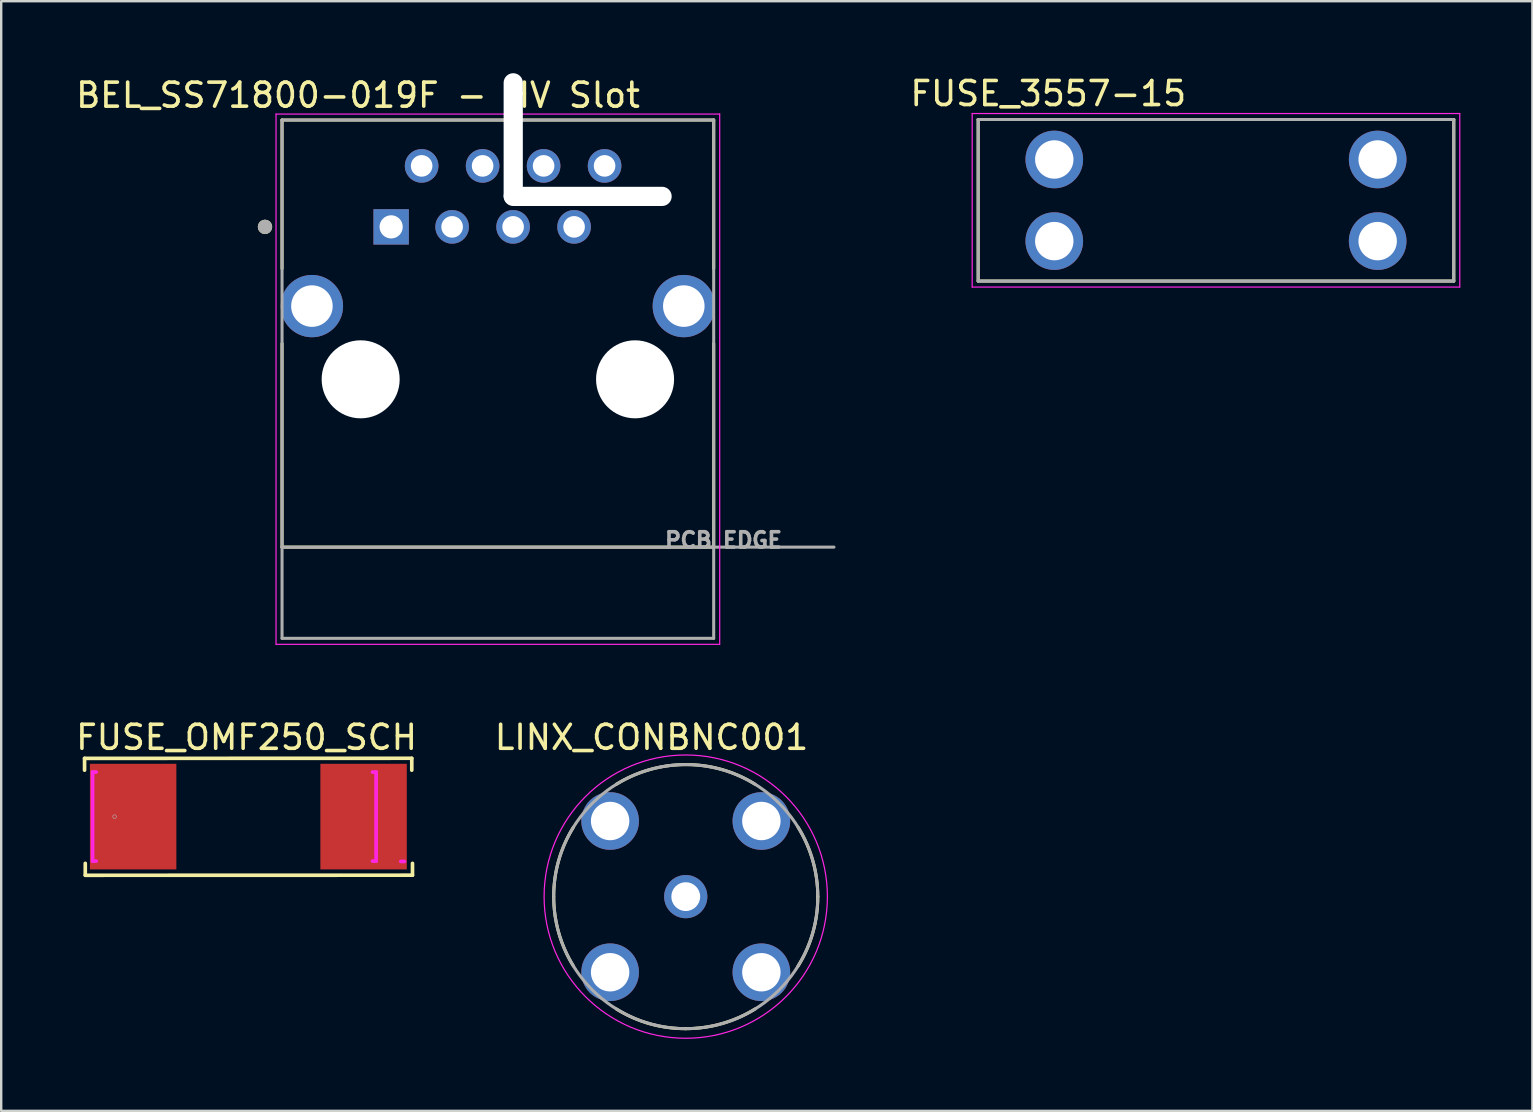
<source format=kicad_pcb>
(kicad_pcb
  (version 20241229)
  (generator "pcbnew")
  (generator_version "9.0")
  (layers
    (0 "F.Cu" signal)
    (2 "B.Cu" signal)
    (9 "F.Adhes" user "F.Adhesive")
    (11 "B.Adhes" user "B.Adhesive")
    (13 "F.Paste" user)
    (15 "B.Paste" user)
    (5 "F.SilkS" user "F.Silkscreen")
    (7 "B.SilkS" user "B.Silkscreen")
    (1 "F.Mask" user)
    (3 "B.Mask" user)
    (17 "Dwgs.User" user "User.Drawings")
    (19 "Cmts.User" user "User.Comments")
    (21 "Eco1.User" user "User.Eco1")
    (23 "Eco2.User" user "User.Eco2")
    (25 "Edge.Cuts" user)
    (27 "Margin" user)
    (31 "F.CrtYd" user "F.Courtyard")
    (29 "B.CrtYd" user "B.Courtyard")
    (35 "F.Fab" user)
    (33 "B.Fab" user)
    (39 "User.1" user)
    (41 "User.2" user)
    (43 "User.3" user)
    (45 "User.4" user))
  (footprint "BEL_SS71800-019F - HV Slot"
    (layer "F.Cu")
    (at 17.688 12.75)
    (property "Reference" "BEL_SS71800-019F - HV Slot" (at -5.825 -11.835 0) (layer "F.SilkS") (effects (font (size 1 1) (thickness 0.15))))
    (attr through_hole)
    (fp_line (start -8.99 -10.8) (end 8.99 -10.8) (stroke (width 0.127) (type solid)) (layer "F.SilkS"))
    (fp_line (start -8.99 -4.61) (end -8.99 -10.8) (stroke (width 0.127) (type solid)) (layer "F.SilkS"))
    (fp_line (start -8.99 6.99) (end -8.99 -1.49) (stroke (width 0.127) (type solid)) (layer "F.SilkS"))
    (fp_line (start -8.99 6.99) (end 8.99 6.99) (stroke (width 0.127) (type solid)) (layer "F.SilkS"))
    (fp_line (start 8.99 -10.8) (end 8.99 -4.61) (stroke (width 0.127) (type solid)) (layer "F.SilkS"))
    (fp_line (start 8.99 -1.49) (end 8.99 6.99) (stroke (width 0.127) (type solid)) (layer "F.SilkS"))
    (fp_circle (center -9.7 -6.35) (end -9.55 -6.35) (stroke (width 0.3) (type solid)) (fill no) (layer "F.SilkS"))
    (fp_line (start -9.24 -11.05) (end 9.24 -11.05) (stroke (width 0.05) (type solid)) (layer "F.CrtYd"))
    (fp_line (start -9.24 11.04) (end -9.24 -11.05) (stroke (width 0.05) (type solid)) (layer "F.CrtYd"))
    (fp_line (start 9.24 -11.05) (end 9.24 11.04) (stroke (width 0.05) (type solid)) (layer "F.CrtYd"))
    (fp_line (start 9.24 11.04) (end -9.24 11.04) (stroke (width 0.05) (type solid)) (layer "F.CrtYd"))
    (fp_line (start -8.99 -10.8) (end 8.99 -10.8) (stroke (width 0.127) (type solid)) (layer "F.Fab"))
    (fp_line (start -8.99 6.99) (end -8.99 -10.8) (stroke (width 0.127) (type solid)) (layer "F.Fab"))
    (fp_line (start -8.99 6.99) (end 14 6.99) (stroke (width 0.127) (type solid)) (layer "F.Fab"))
    (fp_line (start -8.99 10.79) (end -8.99 6.99) (stroke (width 0.127) (type solid)) (layer "F.Fab"))
    (fp_line (start 8.99 -10.8) (end 8.99 10.79) (stroke (width 0.127) (type solid)) (layer "F.Fab"))
    (fp_line (start 8.99 10.79) (end -8.99 10.79) (stroke (width 0.127) (type solid)) (layer "F.Fab"))
    (fp_circle (center -9.7 -6.35) (end -9.55 -6.35) (stroke (width 0.3) (type solid)) (fill no) (layer "F.Fab"))
    (fp_text user "PCB EDGE" (at 9.4 6.7 0) (layer "F.Fab") (effects (font (size 0.64 0.64) (thickness 0.15))))
    (pad "" np_thru_hole circle (at -5.715 0) (size 3.25 3.25) (drill 3.25) (layers "*.Cu" "*.Mask"))
    (pad "" np_thru_hole oval (at 0.64 -10) (size 0.8 5.5) (drill oval 0.8 5.5) (layers "*.Cu" "*.Mask"))
    (pad "" np_thru_hole oval (at 3.74 -7.62 90) (size 0.8 7) (drill oval 0.8 7) (layers "*.Cu" "*.Mask"))
    (pad "" np_thru_hole circle (at 5.715 0) (size 3.25 3.25) (drill 3.25) (layers "*.Cu" "*.Mask"))
    (pad "1" thru_hole rect (at -4.445 -6.35) (size 1.474 1.474) (drill 0.966) (layers "*.Cu" "*.Mask"))
    (pad "2" thru_hole circle (at -3.175 -8.89) (size 1.4 1.4) (drill 0.9) (layers "*.Cu" "*.Mask"))
    (pad "3" thru_hole circle (at -1.905 -6.35) (size 1.4 1.4) (drill 0.9) (layers "*.Cu" "*.Mask"))
    (pad "4" thru_hole circle (at -0.635 -8.89) (size 1.4 1.4) (drill 0.9) (layers "*.Cu" "*.Mask"))
    (pad "5" thru_hole circle (at 0.635 -6.35) (size 1.4 1.4) (drill 0.9) (layers "*.Cu" "*.Mask"))
    (pad "6" thru_hole circle (at 1.905 -8.89) (size 1.4 1.4) (drill 0.9) (layers "*.Cu" "*.Mask"))
    (pad "7" thru_hole circle (at 3.175 -6.35) (size 1.4 1.4) (drill 0.9) (layers "*.Cu" "*.Mask"))
    (pad "8" thru_hole circle (at 4.445 -8.89) (size 1.4 1.4) (drill 0.9) (layers "*.Cu" "*.Mask"))
    (pad "SH" thru_hole circle (at -7.745 -3.05) (size 2.595 2.595) (drill 1.73) (layers "*.Cu" "*.Mask"))
    (pad "SH" thru_hole circle (at 7.745 -3.05) (size 2.595 2.595) (drill 1.73) (layers "*.Cu" "*.Mask")))
  (footprint "FUSE_OMF250_SCH"
    (layer "F.Cu")
    (at 6.712 30.965)
    (property "Reference" "FUSE_OMF250_SCH" (at 0.508 -3.302 0) (unlocked yes) (layer "F.SilkS") (effects (font (size 1 1) (thickness 0.15))))
    (attr smd)
    (fp_line (start -6.24 -2.426) (end -6.24 -1.934) (stroke (width 0.152) (type solid)) (layer "F.SilkS"))
    (fp_line (start -6.21 1.947) (end -6.21 2.44) (stroke (width 0.152) (type solid)) (layer "F.SilkS"))
    (fp_line (start -6.21 2.444) (end 7.42 2.44) (stroke (width 0.152) (type solid)) (layer "F.SilkS"))
    (fp_line (start 7.39 -2.43) (end -6.24 -2.426) (stroke (width 0.152) (type solid)) (layer "F.SilkS"))
    (fp_line (start 7.39 -1.934) (end 7.39 -2.426) (stroke (width 0.152) (type solid)) (layer "F.SilkS"))
    (fp_line (start 7.42 2.44) (end 7.42 1.947) (stroke (width 0.152) (type solid)) (layer "F.SilkS"))
    (fp_line (start -5.905 -1.854) (end -5.753 -1.854) (stroke (width 0.152) (type solid)) (layer "F.CrtYd"))
    (fp_line (start -5.905 1.854) (end -5.905 -1.854) (stroke (width 0.152) (type solid)) (layer "F.CrtYd"))
    (fp_line (start -5.753 1.854) (end -5.905 1.854) (stroke (width 0.152) (type solid)) (layer "F.CrtYd"))
    (fp_line (start 5.753 -1.854) (end 5.905 -1.854) (stroke (width 0.152) (type solid)) (layer "F.CrtYd"))
    (fp_line (start 5.905 -1.854) (end 5.905 1.854) (stroke (width 0.152) (type solid)) (layer "F.CrtYd"))
    (fp_line (start 5.905 1.854) (end 5.753 1.854) (stroke (width 0.152) (type solid)) (layer "F.CrtYd"))
    (fp_line (start 7.085 1.868) (end 6.933 1.868) (stroke (width 0.152) (type solid)) (layer "F.CrtYd"))
    (fp_circle (center -4.991 0) (end -4.915 0) (stroke (width 0.025) (type solid)) (fill no) (layer "F.Fab"))
    (pad "1" smd rect (at -4.216 0) (size 3.6 4.4) (layers "F.Cu" "F.Mask" "F.Paste"))
    (pad "2" smd rect (at 5.383 0) (size 3.6 4.4) (layers "F.Cu" "F.Mask" "F.Paste"))
    (zone (net_name "") (layer "F.Cu") (hatch full 0.508) (connect_pads) (min_thickness 0.254) (filled_areas_thickness no) (keepout (tracks not_allowed) (vias not_allowed) (pads allowed) (copperpour not_allowed) (footprints allowed)) (placement (enabled no)) (fill) (polygon (pts (xy 4.296 28.765) (xy 10.296 28.765) (xy 10.296 33.165) (xy 4.296 33.165)))))
  (footprint "FUSE_3557-15"
    (layer "F.Cu")
    (at 47.6 5.293)
    (property "Reference" "FUSE_3557-15" (at -6.985 -4.445 0) (layer "F.SilkS") (effects (font (size 1 1) (thickness 0.15))))
    (attr through_hole)
    (fp_line (start -9.905 -3.365) (end -9.905 3.365) (stroke (width 0.127) (type solid)) (layer "F.SilkS"))
    (fp_line (start -9.905 3.365) (end 9.905 3.365) (stroke (width 0.127) (type solid)) (layer "F.SilkS"))
    (fp_line (start 9.905 -3.365) (end -9.905 -3.365) (stroke (width 0.127) (type solid)) (layer "F.SilkS"))
    (fp_line (start 9.905 3.365) (end 9.905 -3.365) (stroke (width 0.127) (type solid)) (layer "F.SilkS"))
    (fp_line (start -10.155 -3.615) (end 10.155 -3.615) (stroke (width 0.05) (type solid)) (layer "F.CrtYd"))
    (fp_line (start -10.155 3.615) (end -10.155 -3.615) (stroke (width 0.05) (type solid)) (layer "F.CrtYd"))
    (fp_line (start 10.155 -3.615) (end 10.155 3.615) (stroke (width 0.05) (type solid)) (layer "F.CrtYd"))
    (fp_line (start 10.155 3.615) (end -10.155 3.615) (stroke (width 0.05) (type solid)) (layer "F.CrtYd"))
    (fp_line (start -9.905 -3.365) (end -9.905 3.365) (stroke (width 0.127) (type solid)) (layer "F.Fab"))
    (fp_line (start -9.905 3.365) (end 9.905 3.365) (stroke (width 0.127) (type solid)) (layer "F.Fab"))
    (fp_line (start 9.905 -3.365) (end -9.905 -3.365) (stroke (width 0.127) (type solid)) (layer "F.Fab"))
    (fp_line (start 9.905 3.365) (end 9.905 -3.365) (stroke (width 0.127) (type solid)) (layer "F.Fab"))
    (pad "1" thru_hole circle (at -6.735 -1.7) (size 2.4 2.4) (drill 1.6) (layers "*.Cu" "*.Mask"))
    (pad "1" thru_hole circle (at -6.735 1.7) (size 2.4 2.4) (drill 1.6) (layers "*.Cu" "*.Mask"))
    (pad "2" thru_hole circle (at 6.735 -1.7) (size 2.4 2.4) (drill 1.6) (layers "*.Cu" "*.Mask"))
    (pad "2" thru_hole circle (at 6.735 1.7) (size 2.4 2.4) (drill 1.6) (layers "*.Cu" "*.Mask")))
  (footprint "LINX_CONBNC001"
    (layer "F.Cu")
    (at 25.514 34.298)
    (property "Reference" "LINX_CONBNC001" (at -1.425 -6.635 0) (layer "F.SilkS") (effects (font (size 1 1) (thickness 0.15))))
    (attr through_hole)
    (fp_arc (start -5.5 0) (mid -5.295033 -1.503176) (end -4.68 -2.89) (stroke (width 0.127) (type solid)) (layer "F.SilkS"))
    (fp_arc (start -4.68 2.89) (mid -5.291129 1.502068) (end -5.5 0) (stroke (width 0.127) (type solid)) (layer "F.SilkS"))
    (fp_arc (start -2.89 -4.68) (mid -1.502068 -5.291129) (end 0 -5.5) (stroke (width 0.127) (type solid)) (layer "F.SilkS"))
    (fp_arc (start 0 -5.5) (mid 1.503176 -5.295033) (end 2.89 -4.68) (stroke (width 0.127) (type solid)) (layer "F.SilkS"))
    (fp_arc (start 0 5.5) (mid -1.503176 5.295033) (end -2.89 4.68) (stroke (width 0.127) (type solid)) (layer "F.SilkS"))
    (fp_arc (start 2.89 4.68) (mid 1.502068 5.291129) (end 0 5.5) (stroke (width 0.127) (type solid)) (layer "F.SilkS"))
    (fp_arc (start 4.68 -2.89) (mid 5.291129 -1.502068) (end 5.5 0) (stroke (width 0.127) (type solid)) (layer "F.SilkS"))
    (fp_arc (start 5.5 0) (mid 5.295033 1.503176) (end 4.68 2.89) (stroke (width 0.127) (type solid)) (layer "F.SilkS"))
    (fp_circle (center 0 0) (end 5.9 0) (stroke (width 0.05) (type solid)) (fill no) (layer "F.CrtYd"))
    (fp_circle (center 0 0) (end 5.5 0) (stroke (width 0.127) (type solid)) (fill no) (layer "F.Fab"))
    (pad "1" thru_hole circle (at 0 0) (size 1.8 1.8) (drill 1.2) (layers "*.Cu" "*.Mask"))
    (pad "2" thru_hole circle (at -3.15 -3.15) (size 2.4 2.4) (drill 1.6) (layers "*.Cu" "*.Mask"))
    (pad "2" thru_hole circle (at -3.15 3.15) (size 2.4 2.4) (drill 1.6) (layers "*.Cu" "*.Mask"))
    (pad "2" thru_hole circle (at 3.15 -3.15) (size 2.4 2.4) (drill 1.6) (layers "*.Cu" "*.Mask"))
    (pad "2" thru_hole circle (at 3.15 3.15) (size 2.4 2.4) (drill 1.6) (layers "*.Cu" "*.Mask")))
  (gr_rect
    (start -3 -3)
    (end 60.78 43.223)
    (stroke (width 0.1) (type default))
    (fill no)
    (layer "Edge.Cuts")))
</source>
